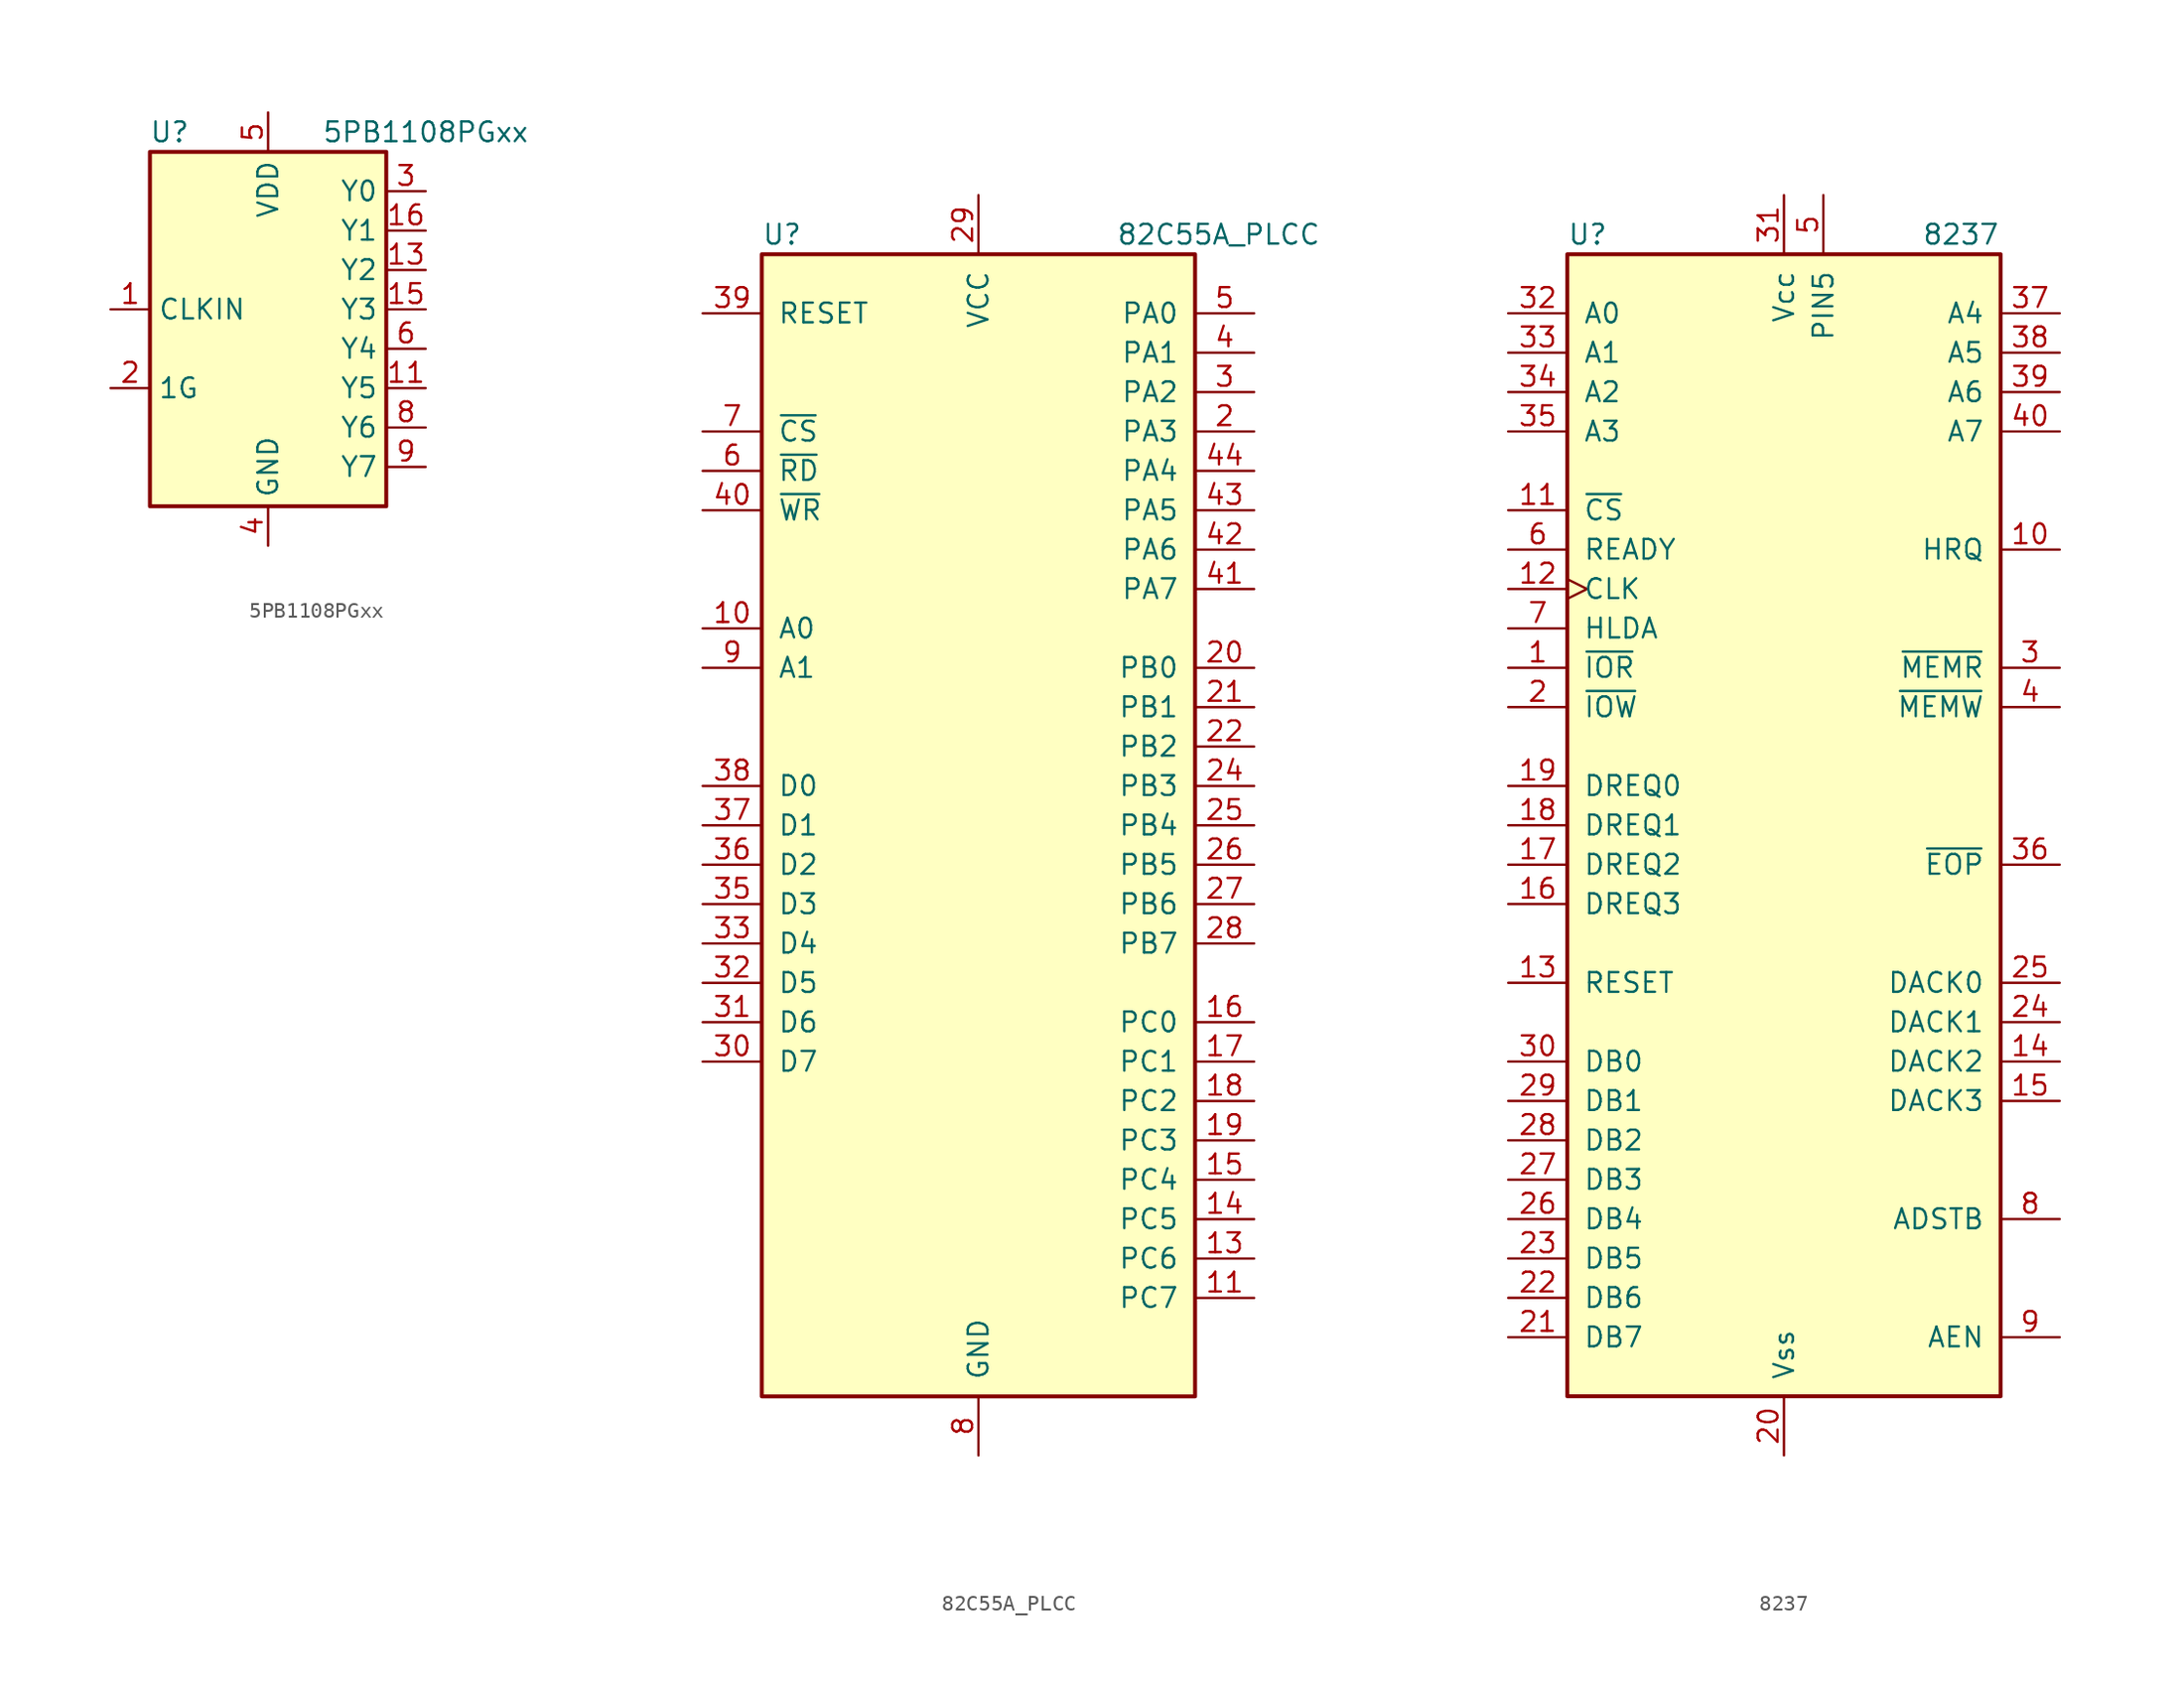
<source format=kicad_sym>
(kicad_symbol_lib
  (version 20201005)
  (generator kicad_symbol_editor)
  (symbol "5PB1108PGxx"
    (property "Reference" "U"
      (at -6.35 13.97 0)
      (effects (font (size 1.27 1.27))))
    (property "Value" "5PB1108PGxx"
      (at 10.16 13.97 0)
      (effects (font (size 1.27 1.27))))
    (symbol "5PB1108PGxx_0_1"
      (rectangle (start -7.62 12.7) (end 7.62 -10.16) (stroke (width 0.254)) (fill (type background))))
    (symbol "5PB1108PGxx_1_1"
      (pin input line (at -10.16 2.54 0) (length 2.54) (name "CLKIN" (effects (font (size 1.27 1.27)))) (number "1" (effects (font (size 1.27 1.27)))))
      (pin passive line (at 0 15.24 270) (length 2.54) hide (name "VDD" (effects (font (size 1.27 1.27)))) (number "10" (effects (font (size 1.27 1.27)))))
      (pin output line (at 10.16 -2.54 180) (length 2.54) (name "Y5" (effects (font (size 1.27 1.27)))) (number "11" (effects (font (size 1.27 1.27)))))
      (pin passive line (at 0 -12.7 90) (length 2.54) hide (name "GND" (effects (font (size 1.27 1.27)))) (number "12" (effects (font (size 1.27 1.27)))))
      (pin output line (at 10.16 5.08 180) (length 2.54) (name "Y2" (effects (font (size 1.27 1.27)))) (number "13" (effects (font (size 1.27 1.27)))))
      (pin passive line (at 0 15.24 270) (length 2.54) hide (name "VDD" (effects (font (size 1.27 1.27)))) (number "14" (effects (font (size 1.27 1.27)))))
      (pin output line (at 10.16 2.54 180) (length 2.54) (name "Y3" (effects (font (size 1.27 1.27)))) (number "15" (effects (font (size 1.27 1.27)))))
      (pin output line (at 10.16 7.62 180) (length 2.54) (name "Y1" (effects (font (size 1.27 1.27)))) (number "16" (effects (font (size 1.27 1.27)))))
      (pin input line (at -10.16 -2.54 0) (length 2.54) (name "1G" (effects (font (size 1.27 1.27)))) (number "2" (effects (font (size 1.27 1.27)))))
      (pin output line (at 10.16 10.16 180) (length 2.54) (name "Y0" (effects (font (size 1.27 1.27)))) (number "3" (effects (font (size 1.27 1.27)))))
      (pin power_in line (at 0 -12.7 90) (length 2.54) (name "GND" (effects (font (size 1.27 1.27)))) (number "4" (effects (font (size 1.27 1.27)))))
      (pin power_in line (at 0 15.24 270) (length 2.54) (name "VDD" (effects (font (size 1.27 1.27)))) (number "5" (effects (font (size 1.27 1.27)))))
      (pin output line (at 10.16 0 180) (length 2.54) (name "Y4" (effects (font (size 1.27 1.27)))) (number "6" (effects (font (size 1.27 1.27)))))
      (pin passive line (at 0 -12.7 90) (length 2.54) hide (name "GND" (effects (font (size 1.27 1.27)))) (number "7" (effects (font (size 1.27 1.27)))))
      (pin output line (at 10.16 -5.08 180) (length 2.54) (name "Y6" (effects (font (size 1.27 1.27)))) (number "8" (effects (font (size 1.27 1.27)))))
      (pin output line (at 10.16 -7.62 180) (length 2.54) (name "Y7" (effects (font (size 1.27 1.27)))) (number "9" (effects (font (size 1.27 1.27)))))))
  (symbol "82C55A_PLCC"
    (pin_names
      (offset 1.016))
    (property "Reference" "U"
      (at -13.97 38.1 0)
      (effects (font (size 1.27 1.27)) (justify left)))
    (property "Value" "82C55A_PLCC"
      (at 8.89 38.1 0)
      (effects (font (size 1.27 1.27)) (justify left)))
    (symbol "82C55A_PLCC_1_1"
      (rectangle (start -13.97 -36.83) (end 13.97 36.83) (stroke (width 0.254)) (fill (type background)))
      (pin no_connect line (at -17.78 -22.86 0) (length 5.08) hide (name "NC" (effects (font (size 1.27 1.27)))) (number "1" (effects (font (size 1.27 1.27)))))
      (pin input line (at -17.78 12.7 0) (length 3.81) (name "A0" (effects (font (size 1.27 1.27)))) (number "10" (effects (font (size 1.27 1.27)))))
      (pin bidirectional line (at 17.78 -30.48 180) (length 3.81) (name "PC7" (effects (font (size 1.27 1.27)))) (number "11" (effects (font (size 1.27 1.27)))))
      (pin no_connect line (at -17.78 -25.4 0) (length 5.08) hide (name "NC" (effects (font (size 1.27 1.27)))) (number "12" (effects (font (size 1.27 1.27)))))
      (pin bidirectional line (at 17.78 -27.94 180) (length 3.81) (name "PC6" (effects (font (size 1.27 1.27)))) (number "13" (effects (font (size 1.27 1.27)))))
      (pin bidirectional line (at 17.78 -25.4 180) (length 3.81) (name "PC5" (effects (font (size 1.27 1.27)))) (number "14" (effects (font (size 1.27 1.27)))))
      (pin bidirectional line (at 17.78 -22.86 180) (length 3.81) (name "PC4" (effects (font (size 1.27 1.27)))) (number "15" (effects (font (size 1.27 1.27)))))
      (pin bidirectional line (at 17.78 -12.7 180) (length 3.81) (name "PC0" (effects (font (size 1.27 1.27)))) (number "16" (effects (font (size 1.27 1.27)))))
      (pin bidirectional line (at 17.78 -15.24 180) (length 3.81) (name "PC1" (effects (font (size 1.27 1.27)))) (number "17" (effects (font (size 1.27 1.27)))))
      (pin bidirectional line (at 17.78 -17.78 180) (length 3.81) (name "PC2" (effects (font (size 1.27 1.27)))) (number "18" (effects (font (size 1.27 1.27)))))
      (pin bidirectional line (at 17.78 -20.32 180) (length 3.81) (name "PC3" (effects (font (size 1.27 1.27)))) (number "19" (effects (font (size 1.27 1.27)))))
      (pin bidirectional line (at 17.78 25.4 180) (length 3.81) (name "PA3" (effects (font (size 1.27 1.27)))) (number "2" (effects (font (size 1.27 1.27)))))
      (pin bidirectional line (at 17.78 10.16 180) (length 3.81) (name "PB0" (effects (font (size 1.27 1.27)))) (number "20" (effects (font (size 1.27 1.27)))))
      (pin bidirectional line (at 17.78 7.62 180) (length 3.81) (name "PB1" (effects (font (size 1.27 1.27)))) (number "21" (effects (font (size 1.27 1.27)))))
      (pin bidirectional line (at 17.78 5.08 180) (length 3.81) (name "PB2" (effects (font (size 1.27 1.27)))) (number "22" (effects (font (size 1.27 1.27)))))
      (pin no_connect line (at -17.78 -27.94 0) (length 5.08) hide (name "NC" (effects (font (size 1.27 1.27)))) (number "23" (effects (font (size 1.27 1.27)))))
      (pin bidirectional line (at 17.78 2.54 180) (length 3.81) (name "PB3" (effects (font (size 1.27 1.27)))) (number "24" (effects (font (size 1.27 1.27)))))
      (pin bidirectional line (at 17.78 0 180) (length 3.81) (name "PB4" (effects (font (size 1.27 1.27)))) (number "25" (effects (font (size 1.27 1.27)))))
      (pin bidirectional line (at 17.78 -2.54 180) (length 3.81) (name "PB5" (effects (font (size 1.27 1.27)))) (number "26" (effects (font (size 1.27 1.27)))))
      (pin bidirectional line (at 17.78 -5.08 180) (length 3.81) (name "PB6" (effects (font (size 1.27 1.27)))) (number "27" (effects (font (size 1.27 1.27)))))
      (pin bidirectional line (at 17.78 -7.62 180) (length 3.81) (name "PB7" (effects (font (size 1.27 1.27)))) (number "28" (effects (font (size 1.27 1.27)))))
      (pin power_in line (at 0 40.64 270) (length 3.81) (name "VCC" (effects (font (size 1.27 1.27)))) (number "29" (effects (font (size 1.27 1.27)))))
      (pin bidirectional line (at 17.78 27.94 180) (length 3.81) (name "PA2" (effects (font (size 1.27 1.27)))) (number "3" (effects (font (size 1.27 1.27)))))
      (pin bidirectional line (at -17.78 -15.24 0) (length 3.81) (name "D7" (effects (font (size 1.27 1.27)))) (number "30" (effects (font (size 1.27 1.27)))))
      (pin bidirectional line (at -17.78 -12.7 0) (length 3.81) (name "D6" (effects (font (size 1.27 1.27)))) (number "31" (effects (font (size 1.27 1.27)))))
      (pin bidirectional line (at -17.78 -10.16 0) (length 3.81) (name "D5" (effects (font (size 1.27 1.27)))) (number "32" (effects (font (size 1.27 1.27)))))
      (pin bidirectional line (at -17.78 -7.62 0) (length 3.81) (name "D4" (effects (font (size 1.27 1.27)))) (number "33" (effects (font (size 1.27 1.27)))))
      (pin no_connect line (at -17.78 -30.48 0) (length 5.08) hide (name "NC" (effects (font (size 1.27 1.27)))) (number "34" (effects (font (size 1.27 1.27)))))
      (pin bidirectional line (at -17.78 -5.08 0) (length 3.81) (name "D3" (effects (font (size 1.27 1.27)))) (number "35" (effects (font (size 1.27 1.27)))))
      (pin bidirectional line (at -17.78 -2.54 0) (length 3.81) (name "D2" (effects (font (size 1.27 1.27)))) (number "36" (effects (font (size 1.27 1.27)))))
      (pin bidirectional line (at -17.78 0 0) (length 3.81) (name "D1" (effects (font (size 1.27 1.27)))) (number "37" (effects (font (size 1.27 1.27)))))
      (pin bidirectional line (at -17.78 2.54 0) (length 3.81) (name "D0" (effects (font (size 1.27 1.27)))) (number "38" (effects (font (size 1.27 1.27)))))
      (pin input line (at -17.78 33.02 0) (length 3.81) (name "RESET" (effects (font (size 1.27 1.27)))) (number "39" (effects (font (size 1.27 1.27)))))
      (pin bidirectional line (at 17.78 30.48 180) (length 3.81) (name "PA1" (effects (font (size 1.27 1.27)))) (number "4" (effects (font (size 1.27 1.27)))))
      (pin input line (at -17.78 20.32 0) (length 3.81) (name "~WR~" (effects (font (size 1.27 1.27)))) (number "40" (effects (font (size 1.27 1.27)))))
      (pin bidirectional line (at 17.78 15.24 180) (length 3.81) (name "PA7" (effects (font (size 1.27 1.27)))) (number "41" (effects (font (size 1.27 1.27)))))
      (pin bidirectional line (at 17.78 17.78 180) (length 3.81) (name "PA6" (effects (font (size 1.27 1.27)))) (number "42" (effects (font (size 1.27 1.27)))))
      (pin bidirectional line (at 17.78 20.32 180) (length 3.81) (name "PA5" (effects (font (size 1.27 1.27)))) (number "43" (effects (font (size 1.27 1.27)))))
      (pin bidirectional line (at 17.78 22.86 180) (length 3.81) (name "PA4" (effects (font (size 1.27 1.27)))) (number "44" (effects (font (size 1.27 1.27)))))
      (pin bidirectional line (at 17.78 33.02 180) (length 3.81) (name "PA0" (effects (font (size 1.27 1.27)))) (number "5" (effects (font (size 1.27 1.27)))))
      (pin input line (at -17.78 22.86 0) (length 3.81) (name "~RD~" (effects (font (size 1.27 1.27)))) (number "6" (effects (font (size 1.27 1.27)))))
      (pin input line (at -17.78 25.4 0) (length 3.81) (name "~CS~" (effects (font (size 1.27 1.27)))) (number "7" (effects (font (size 1.27 1.27)))))
      (pin power_in line (at 0 -40.64 90) (length 3.81) (name "GND" (effects (font (size 1.27 1.27)))) (number "8" (effects (font (size 1.27 1.27)))))
      (pin input line (at -17.78 10.16 0) (length 3.81) (name "A1" (effects (font (size 1.27 1.27)))) (number "9" (effects (font (size 1.27 1.27)))))))
  (symbol "8237"
    (pin_names
      (offset 1.016))
    (property "Reference" "U"
      (at -13.97 38.1 0)
      (effects (font (size 1.27 1.27)) (justify left)))
    (property "Value" "8237"
      (at 8.89 38.1 0)
      (effects (font (size 1.27 1.27)) (justify left)))
    (symbol "8237_1_1"
      (rectangle (start -13.97 -36.83) (end 13.97 36.83) (stroke (width 0.254)) (fill (type background)))
      (pin bidirectional line (at -17.78 10.16 0) (length 3.81) (name "~IOR~" (effects (font (size 1.27 1.27)))) (number "1" (effects (font (size 1.27 1.27)))))
      (pin output line (at 17.78 17.78 180) (length 3.81) (name "HRQ" (effects (font (size 1.27 1.27)))) (number "10" (effects (font (size 1.27 1.27)))))
      (pin input line (at -17.78 20.32 0) (length 3.81) (name "~CS~" (effects (font (size 1.27 1.27)))) (number "11" (effects (font (size 1.27 1.27)))))
      (pin input clock (at -17.78 15.24 0) (length 3.81) (name "CLK" (effects (font (size 1.27 1.27)))) (number "12" (effects (font (size 1.27 1.27)))))
      (pin input line (at -17.78 -10.16 0) (length 3.81) (name "RESET" (effects (font (size 1.27 1.27)))) (number "13" (effects (font (size 1.27 1.27)))))
      (pin output line (at 17.78 -15.24 180) (length 3.81) (name "DACK2" (effects (font (size 1.27 1.27)))) (number "14" (effects (font (size 1.27 1.27)))))
      (pin output line (at 17.78 -17.78 180) (length 3.81) (name "DACK3" (effects (font (size 1.27 1.27)))) (number "15" (effects (font (size 1.27 1.27)))))
      (pin input line (at -17.78 -5.08 0) (length 3.81) (name "DREQ3" (effects (font (size 1.27 1.27)))) (number "16" (effects (font (size 1.27 1.27)))))
      (pin input line (at -17.78 -2.54 0) (length 3.81) (name "DREQ2" (effects (font (size 1.27 1.27)))) (number "17" (effects (font (size 1.27 1.27)))))
      (pin input line (at -17.78 0 0) (length 3.81) (name "DREQ1" (effects (font (size 1.27 1.27)))) (number "18" (effects (font (size 1.27 1.27)))))
      (pin input line (at -17.78 2.54 0) (length 3.81) (name "DREQ0" (effects (font (size 1.27 1.27)))) (number "19" (effects (font (size 1.27 1.27)))))
      (pin bidirectional line (at -17.78 7.62 0) (length 3.81) (name "~IOW~" (effects (font (size 1.27 1.27)))) (number "2" (effects (font (size 1.27 1.27)))))
      (pin power_in line (at 0 -40.64 90) (length 3.81) (name "Vss" (effects (font (size 1.27 1.27)))) (number "20" (effects (font (size 1.27 1.27)))))
      (pin bidirectional line (at -17.78 -33.02 0) (length 3.81) (name "DB7" (effects (font (size 1.27 1.27)))) (number "21" (effects (font (size 1.27 1.27)))))
      (pin bidirectional line (at -17.78 -30.48 0) (length 3.81) (name "DB6" (effects (font (size 1.27 1.27)))) (number "22" (effects (font (size 1.27 1.27)))))
      (pin bidirectional line (at -17.78 -27.94 0) (length 3.81) (name "DB5" (effects (font (size 1.27 1.27)))) (number "23" (effects (font (size 1.27 1.27)))))
      (pin output line (at 17.78 -12.7 180) (length 3.81) (name "DACK1" (effects (font (size 1.27 1.27)))) (number "24" (effects (font (size 1.27 1.27)))))
      (pin output line (at 17.78 -10.16 180) (length 3.81) (name "DACK0" (effects (font (size 1.27 1.27)))) (number "25" (effects (font (size 1.27 1.27)))))
      (pin bidirectional line (at -17.78 -25.4 0) (length 3.81) (name "DB4" (effects (font (size 1.27 1.27)))) (number "26" (effects (font (size 1.27 1.27)))))
      (pin bidirectional line (at -17.78 -22.86 0) (length 3.81) (name "DB3" (effects (font (size 1.27 1.27)))) (number "27" (effects (font (size 1.27 1.27)))))
      (pin bidirectional line (at -17.78 -20.32 0) (length 3.81) (name "DB2" (effects (font (size 1.27 1.27)))) (number "28" (effects (font (size 1.27 1.27)))))
      (pin bidirectional line (at -17.78 -17.78 0) (length 3.81) (name "DB1" (effects (font (size 1.27 1.27)))) (number "29" (effects (font (size 1.27 1.27)))))
      (pin tri_state line (at 17.78 10.16 180) (length 3.81) (name "~MEMR~" (effects (font (size 1.27 1.27)))) (number "3" (effects (font (size 1.27 1.27)))))
      (pin bidirectional line (at -17.78 -15.24 0) (length 3.81) (name "DB0" (effects (font (size 1.27 1.27)))) (number "30" (effects (font (size 1.27 1.27)))))
      (pin power_in line (at 0 40.64 270) (length 3.81) (name "Vcc" (effects (font (size 1.27 1.27)))) (number "31" (effects (font (size 1.27 1.27)))))
      (pin bidirectional line (at -17.78 33.02 0) (length 3.81) (name "A0" (effects (font (size 1.27 1.27)))) (number "32" (effects (font (size 1.27 1.27)))))
      (pin bidirectional line (at -17.78 30.48 0) (length 3.81) (name "A1" (effects (font (size 1.27 1.27)))) (number "33" (effects (font (size 1.27 1.27)))))
      (pin bidirectional line (at -17.78 27.94 0) (length 3.81) (name "A2" (effects (font (size 1.27 1.27)))) (number "34" (effects (font (size 1.27 1.27)))))
      (pin bidirectional line (at -17.78 25.4 0) (length 3.81) (name "A3" (effects (font (size 1.27 1.27)))) (number "35" (effects (font (size 1.27 1.27)))))
      (pin bidirectional line (at 17.78 -2.54 180) (length 3.81) (name "~EOP~" (effects (font (size 1.27 1.27)))) (number "36" (effects (font (size 1.27 1.27)))))
      (pin tri_state line (at 17.78 33.02 180) (length 3.81) (name "A4" (effects (font (size 1.27 1.27)))) (number "37" (effects (font (size 1.27 1.27)))))
      (pin tri_state line (at 17.78 30.48 180) (length 3.81) (name "A5" (effects (font (size 1.27 1.27)))) (number "38" (effects (font (size 1.27 1.27)))))
      (pin tri_state line (at 17.78 27.94 180) (length 3.81) (name "A6" (effects (font (size 1.27 1.27)))) (number "39" (effects (font (size 1.27 1.27)))))
      (pin tri_state line (at 17.78 7.62 180) (length 3.81) (name "~MEMW~" (effects (font (size 1.27 1.27)))) (number "4" (effects (font (size 1.27 1.27)))))
      (pin tri_state line (at 17.78 25.4 180) (length 3.81) (name "A7" (effects (font (size 1.27 1.27)))) (number "40" (effects (font (size 1.27 1.27)))))
      (pin input line (at 2.54 40.64 270) (length 3.81) (name "PIN5" (effects (font (size 1.27 1.27)))) (number "5" (effects (font (size 1.27 1.27)))))
      (pin input line (at -17.78 17.78 0) (length 3.81) (name "READY" (effects (font (size 1.27 1.27)))) (number "6" (effects (font (size 1.27 1.27)))))
      (pin input line (at -17.78 12.7 0) (length 3.81) (name "HLDA" (effects (font (size 1.27 1.27)))) (number "7" (effects (font (size 1.27 1.27)))))
      (pin output line (at 17.78 -25.4 180) (length 3.81) (name "ADSTB" (effects (font (size 1.27 1.27)))) (number "8" (effects (font (size 1.27 1.27)))))
      (pin output line (at 17.78 -33.02 180) (length 3.81) (name "AEN" (effects (font (size 1.27 1.27)))) (number "9" (effects (font (size 1.27 1.27))))))))
</source>
